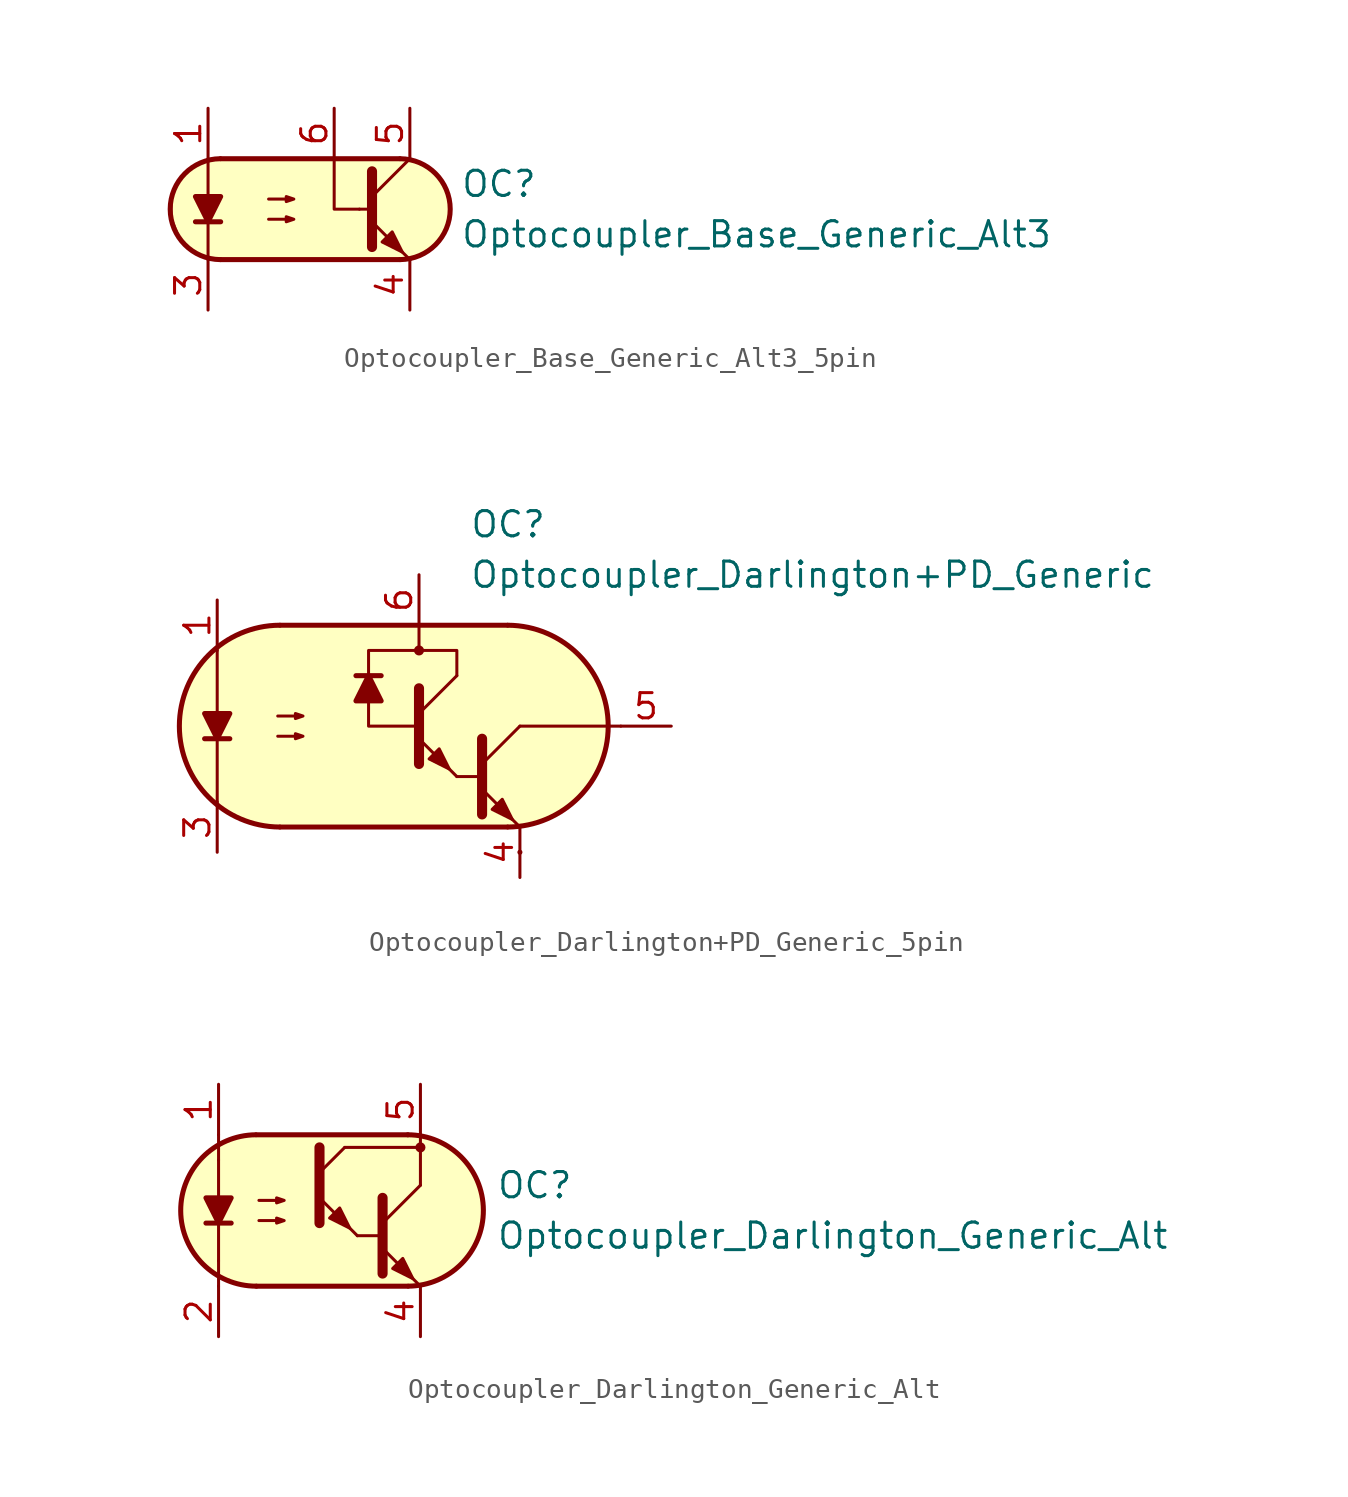
<source format=kicad_sym>
(kicad_symbol_lib
  (version 20231120)
  (generator "kicad_symbol_editor")
  (generator_version "8.0")
  (symbol "Optocoupler_Base_Generic_Alt3_5pin"
    (pin_names
      (offset 1.016))
    (property "Reference" "OC"
      (at 7.62 1.27 0)
      (effects (font (size 1.27 1.27)) (justify left)))
    (property "Value" "Optocoupler_Base_Generic_Alt3"
      (at 7.62 -1.27 0)
      (effects (font (size 1.27 1.27)) (justify left)))
    (symbol "Optocoupler_Base_Generic_Alt3_5pin_0_1"
      (arc (start -4.4675 2.54) (mid -6.9851 0) (end -4.4675 -2.54) (stroke (width 0.254) (type default)) (fill (type none)))
      (polyline (pts (xy -5.715 -0.635) (xy -4.445 -0.635)) (stroke (width 0.254) (type default)) (fill (type none)))
      (polyline (pts (xy -4.445 2.54) (xy 4.572 2.54)) (stroke (width 0.254) (type default)) (fill (type none)))
      (polyline (pts (xy 2.54 0) (xy 3.048 0)) (stroke (width 0.152) (type default)) (fill (type none)))
      (polyline (pts (xy 3.175 0.635) (xy 5.08 2.54)) (stroke (width 0) (type default)) (fill (type none)))
      (polyline (pts (xy 4.572 -2.54) (xy -4.445 -2.54)) (stroke (width 0.254) (type default)) (fill (type none)))
      (polyline (pts (xy 5.08 -2.54) (xy 3.175 -0.635)) (stroke (width 0) (type default)) (fill (type outline)))
      (polyline (pts (xy -5.08 -2.54) (xy -5.08 -1.27) (xy -5.08 2.54)) (stroke (width 0.152) (type default)) (fill (type none)))
      (polyline (pts (xy 2.54 0) (xy 1.27 0) (xy 1.27 2.54)) (stroke (width 0.152) (type default)) (fill (type none)))
      (polyline (pts (xy 3.175 1.905) (xy 3.175 -1.905) (xy 3.175 -1.905)) (stroke (width 0.508) (type default)) (fill (type none)))
      (polyline (pts (xy -5.08 -0.635) (xy -5.715 0.635) (xy -4.445 0.635) (xy -5.08 -0.635)) (stroke (width 0.254) (type default)) (fill (type outline)))
      (polyline (pts (xy -2.032 -0.508) (xy -0.762 -0.508) (xy -1.143 -0.635) (xy -1.143 -0.381) (xy -0.762 -0.508)) (stroke (width 0) (type default)) (fill (type none)))
      (polyline (pts (xy -2.032 0.508) (xy -0.762 0.508) (xy -1.143 0.381) (xy -1.143 0.635) (xy -0.762 0.508)) (stroke (width 0) (type default)) (fill (type none)))
      (polyline (pts (xy 3.683 -1.651) (xy 4.191 -1.143) (xy 4.699 -2.159) (xy 3.683 -1.651) (xy 3.683 -1.651)) (stroke (width 0) (type default)) (fill (type outline)))
      (polyline (pts (xy -3.81 2.54) (xy 4.826 2.54) (xy 5.334 2.413) (xy 5.969 2.159) (xy 6.604 1.524) (xy 6.985 0.762) (xy 7.112 0) (xy 6.985 -0.889) (xy 6.477 -1.651) (xy 5.969 -2.159) (xy 5.334 -2.413) (xy 4.699 -2.54) (xy -5.08 -2.54) (xy -5.08 -2.54) (xy -5.842 -2.032) (xy -6.35 -1.778) (xy -6.858 -0.508) (xy -6.858 0.254) (xy -6.858 1.016) (xy -6.35 1.778) (xy -5.588 2.286) (xy -4.826 2.54) (xy -3.81 2.54)) (stroke (width 0.01) (type default)) (fill (type background)))
      (arc (start 4.5945 -2.54) (mid 7.1121 0) (end 4.5945 2.54) (stroke (width 0.254) (type default)) (fill (type none))))
    (symbol "Optocoupler_Base_Generic_Alt3_5pin_1_1"
      (pin passive line (at -5.08 5.08 270) (length 2.54) (name "~" (effects (font (size 1.27 1.27)))) (number "1" (effects (font (size 1.27 1.27)))))
      (pin passive line (at -5.08 -5.08 90) (length 2.54) (name "~" (effects (font (size 1.27 1.27)))) (number "3" (effects (font (size 1.27 1.27)))))
      (pin passive line (at 5.08 -5.08 90) (length 2.54) (name "~" (effects (font (size 1.27 1.27)))) (number "4" (effects (font (size 1.27 1.27)))))
      (pin passive line (at 5.08 5.08 270) (length 2.54) (name "~" (effects (font (size 1.27 1.27)))) (number "5" (effects (font (size 1.27 1.27)))))
      (pin passive line (at 1.27 5.08 270) (length 2.54) (name "~" (effects (font (size 1.27 1.27)))) (number "6" (effects (font (size 1.27 1.27)))))))
  (symbol "Optocoupler_Darlington+PD_Generic_5pin"
    (pin_names
      (offset 1.016))
    (property "Reference" "OC"
      (at 10.16 10.16 0)
      (effects (font (size 1.27 1.27)) (justify left)))
    (property "Value" "Optocoupler_Darlington+PD_Generic"
      (at 10.16 7.62 0)
      (effects (font (size 1.27 1.27)) (justify left)))
    (symbol "Optocoupler_Darlington+PD_Generic_5pin_0_0"
      (polyline (pts (xy 10.795 -2.54) (xy 9.525 -2.54)) (stroke (width 0) (type default)) (fill (type none)))
      (rectangle (start 12.7 -6.35) (end 12.7 -6.35) (stroke (width 0.254) (type default)) (fill (type background))))
    (symbol "Optocoupler_Darlington+PD_Generic_5pin_0_1"
      (polyline (pts (xy -3.175 -0.635) (xy -1.905 -0.635)) (stroke (width 0.254) (type default)) (fill (type none)))
      (polyline (pts (xy -2.54 -3.81) (xy -2.54 3.81)) (stroke (width 0.152) (type default)) (fill (type none)))
      (polyline (pts (xy 0.635 5.08) (xy 12.065 5.08)) (stroke (width 0.254) (type default)) (fill (type none)))
      (polyline (pts (xy 7.62 3.81) (xy 7.62 5.08)) (stroke (width 0.152) (type default)) (fill (type none)))
      (polyline (pts (xy 10.795 -1.905) (xy 12.7 0)) (stroke (width 0) (type default)) (fill (type none)))
      (polyline (pts (xy 12.065 -5.08) (xy 0.635 -5.08)) (stroke (width 0.254) (type default)) (fill (type none)))
      (polyline (pts (xy 12.7 -5.08) (xy 10.795 -3.175)) (stroke (width 0) (type default)) (fill (type outline)))
      (polyline (pts (xy 12.7 0) (xy 17.78 0)) (stroke (width 0.152) (type default)) (fill (type none)))
      (polyline (pts (xy 10.795 -0.635) (xy 10.795 -4.445) (xy 10.795 -4.445)) (stroke (width 0.508) (type default)) (fill (type none)))
      (polyline (pts (xy -2.54 -0.635) (xy -3.175 0.635) (xy -1.905 0.635) (xy -2.54 -0.635)) (stroke (width 0.254) (type default)) (fill (type outline)))
      (polyline (pts (xy 0.508 -0.508) (xy 1.778 -0.508) (xy 1.397 -0.635) (xy 1.397 -0.381) (xy 1.778 -0.508)) (stroke (width 0) (type default)) (fill (type none)))
      (polyline (pts (xy 0.508 0.508) (xy 1.778 0.508) (xy 1.397 0.381) (xy 1.397 0.635) (xy 1.778 0.508)) (stroke (width 0) (type default)) (fill (type none)))
      (polyline (pts (xy 9.525 2.54) (xy 9.525 3.81) (xy 5.08 3.81) (xy 5.08 0) (xy 7.62 0)) (stroke (width 0.152) (type default)) (fill (type none)))
      (polyline (pts (xy 11.303 -4.191) (xy 11.811 -3.683) (xy 12.319 -4.699) (xy 11.303 -4.191) (xy 11.303 -4.191)) (stroke (width 0) (type default)) (fill (type outline)))
      (polyline (pts (xy 0.635 5.08) (xy -0.635 4.953) (xy -2.032 4.318) (xy -3.048 3.556) (xy -3.937 2.286) (xy -4.318 0.889) (xy -4.445 0) (xy -4.318 -1.27) (xy -3.81 -2.54) (xy -3.048 -3.429) (xy -2.159 -4.191) (xy -1.143 -4.699) (xy -0.381 -4.953) (xy 0.508 -5.08) (xy 12.319 -5.08) (xy 13.589 -4.826) (xy 14.732 -4.318) (xy 15.621 -3.683) (xy 16.51 -2.54) (xy 17.018 -1.27) (xy 17.145 0) (xy 17.018 1.27) (xy 16.637 2.286) (xy 15.875 3.429) (xy 14.986 4.191) (xy 13.716 4.826) (xy 12.573 5.08) (xy 12.065 5.08) (xy 0.635 5.08)) (stroke (width 0.01) (type default)) (fill (type background)))
      (arc (start 0.6031 5.08) (mid -4.4451 0) (end 0.6031 -5.08) (stroke (width 0.254) (type default)) (fill (type none)))
      (arc (start 12.0969 -5.08) (mid 17.1451 0) (end 12.0969 5.08) (stroke (width 0.254) (type default)) (fill (type none))))
    (symbol "Optocoupler_Darlington+PD_Generic_5pin_1_1"
      (polyline (pts (xy 5.715 2.54) (xy 4.445 2.54)) (stroke (width 0.254) (type default)) (fill (type none)))
      (polyline (pts (xy 7.62 0.635) (xy 9.525 2.54)) (stroke (width 0) (type default)) (fill (type none)))
      (polyline (pts (xy 9.525 -2.54) (xy 7.62 -0.635)) (stroke (width 0) (type default)) (fill (type outline)))
      (polyline (pts (xy 7.62 1.905) (xy 7.62 -1.905) (xy 7.62 -1.905)) (stroke (width 0.508) (type default)) (fill (type none)))
      (polyline (pts (xy 5.08 2.54) (xy 5.715 1.27) (xy 4.445 1.27) (xy 5.08 2.54)) (stroke (width 0.254) (type default)) (fill (type outline)))
      (polyline (pts (xy 8.128 -1.651) (xy 8.636 -1.143) (xy 9.144 -2.159) (xy 8.128 -1.651) (xy 8.128 -1.651)) (stroke (width 0) (type default)) (fill (type outline)))
      (circle (center 7.62 3.81) (radius 0.178) (stroke (width 0) (type default)) (fill (type outline)))
      (pin passive line (at -2.54 6.35 270) (length 2.54) (name "~" (effects (font (size 1.27 1.27)))) (number "1" (effects (font (size 1.27 1.27)))))
      (pin passive line (at -2.54 -6.35 90) (length 2.54) (name "~" (effects (font (size 1.27 1.27)))) (number "3" (effects (font (size 1.27 1.27)))))
      (pin passive line (at 12.7 -7.62 90) (length 2.54) (name "~" (effects (font (size 1.27 1.27)))) (number "4" (effects (font (size 1.27 1.27)))))
      (pin passive line (at 20.32 0 180) (length 2.54) (name "~" (effects (font (size 1.27 1.27)))) (number "5" (effects (font (size 1.27 1.27)))))
      (pin passive line (at 7.62 7.62 270) (length 2.54) (name "~" (effects (font (size 1.27 1.27)))) (number "6" (effects (font (size 1.27 1.27)))))))
  (symbol "Optocoupler_Darlington_Generic_Alt"
    (pin_names
      (offset 1.016))
    (property "Reference" "OC"
      (at 8.89 1.27 0)
      (effects (font (size 1.27 1.27)) (justify left)))
    (property "Value" "Optocoupler_Darlington_Generic_Alt"
      (at 8.89 -1.27 0)
      (effects (font (size 1.27 1.27)) (justify left)))
    (symbol "Optocoupler_Darlington_Generic_Alt_0_1"
      (arc (start -3.2135 3.8099) (mid -6.9851 -0.016) (end -3.1816 -3.8101) (stroke (width 0.254) (type default)) (fill (type none)))
      (polyline (pts (xy -5.08 -2.54) (xy -5.08 -3.81)) (stroke (width 0.152) (type default)) (fill (type none)))
      (polyline (pts (xy -5.08 -2.54) (xy -5.08 2.54)) (stroke (width 0.152) (type default)) (fill (type none)))
      (polyline (pts (xy -5.08 2.54) (xy -5.08 3.81)) (stroke (width 0.152) (type default)) (fill (type none)))
      (polyline (pts (xy -3.175 -3.81) (xy 4.445 -3.81)) (stroke (width 0.254) (type default)) (fill (type none)))
      (polyline (pts (xy 1.27 3.175) (xy 5.08 3.175)) (stroke (width 0.152) (type default)) (fill (type none)))
      (polyline (pts (xy 1.905 -1.27) (xy 3.175 -1.27)) (stroke (width 0) (type default)) (fill (type none)))
      (polyline (pts (xy 3.175 -0.635) (xy 5.08 1.27)) (stroke (width 0) (type default)) (fill (type none)))
      (polyline (pts (xy 4.445 3.81) (xy -3.175 3.81)) (stroke (width 0.254) (type default)) (fill (type none)))
      (polyline (pts (xy 5.08 -3.81) (xy 3.175 -1.905)) (stroke (width 0) (type default)) (fill (type outline)))
      (polyline (pts (xy 5.08 1.27) (xy 5.08 3.81)) (stroke (width 0.152) (type default)) (fill (type none)))
      (polyline (pts (xy 3.175 0.635) (xy 3.175 -3.175) (xy 3.175 -3.175)) (stroke (width 0.508) (type default)) (fill (type none)))
      (polyline (pts (xy -3.048 -0.508) (xy -1.778 -0.508) (xy -2.159 -0.635) (xy -2.159 -0.381) (xy -1.778 -0.508)) (stroke (width 0) (type default)) (fill (type none)))
      (polyline (pts (xy -3.048 0.508) (xy -1.778 0.508) (xy -2.159 0.381) (xy -2.159 0.635) (xy -1.778 0.508)) (stroke (width 0) (type default)) (fill (type none)))
      (polyline (pts (xy 3.683 -2.921) (xy 4.191 -2.413) (xy 4.699 -3.429) (xy 3.683 -2.921) (xy 3.683 -2.921)) (stroke (width 0) (type default)) (fill (type outline)))
      (polyline (pts (xy 4.445 3.81) (xy -2.921 3.81) (xy -3.302 3.81) (xy -3.556 3.81) (xy -4.191 3.683) (xy -4.826 3.429) (xy -5.334 3.175) (xy -6.223 2.286) (xy -6.858 1.016) (xy -6.985 -0.127) (xy -6.731 -1.27) (xy -6.096 -2.413) (xy -5.08 -3.302) (xy -3.556 -3.81) (xy 4.826 -3.81) (xy 5.842 -3.556) (xy 6.858 -2.921) (xy 7.62 -2.159) (xy 8.001 -1.397) (xy 8.255 -0.127) (xy 8.128 0.889) (xy 7.874 1.651) (xy 7.493 2.286) (xy 6.985 2.794) (xy 6.35 3.302) (xy 5.461 3.683) (xy 4.445 3.81)) (stroke (width 0.01) (type default)) (fill (type background)))
      (arc (start 4.4769 -3.81) (mid 8.2485 0.0159) (end 4.445 3.81) (stroke (width 0.254) (type default)) (fill (type none))))
    (symbol "Optocoupler_Darlington_Generic_Alt_1_1"
      (polyline (pts (xy -5.715 -0.635) (xy -4.445 -0.635)) (stroke (width 0.254) (type default)) (fill (type none)))
      (polyline (pts (xy 0 1.905) (xy 1.27 3.175)) (stroke (width 0) (type default)) (fill (type none)))
      (polyline (pts (xy 1.905 -1.27) (xy 0 0.635)) (stroke (width 0) (type default)) (fill (type outline)))
      (polyline (pts (xy 0 3.175) (xy 0 -0.635) (xy 0 -0.635)) (stroke (width 0.508) (type default)) (fill (type none)))
      (polyline (pts (xy -5.08 -0.635) (xy -5.715 0.635) (xy -4.445 0.635) (xy -5.08 -0.635)) (stroke (width 0.254) (type default)) (fill (type outline)))
      (polyline (pts (xy 0.508 -0.381) (xy 1.016 0.127) (xy 1.524 -0.889) (xy 0.508 -0.381) (xy 0.508 -0.381)) (stroke (width 0) (type default)) (fill (type outline)))
      (circle (center 5.08 3.175) (radius 0.178) (stroke (width 0) (type default)) (fill (type outline)))
      (pin passive line (at -5.08 6.35 270) (length 2.54) (name "~" (effects (font (size 1.27 1.27)))) (number "1" (effects (font (size 1.27 1.27)))))
      (pin passive line (at -5.08 -6.35 90) (length 2.54) (name "~" (effects (font (size 1.27 1.27)))) (number "2" (effects (font (size 1.27 1.27)))))
      (pin free line (at -2.54 1.27 0) (length 2.54) hide (name "NC" (effects (font (size 1.27 1.27)))) (number "3" (effects (font (size 1.27 1.27)))))
      (pin passive line (at 5.08 -6.35 90) (length 2.54) (name "~" (effects (font (size 1.27 1.27)))) (number "4" (effects (font (size 1.27 1.27)))))
      (pin passive line (at 5.08 6.35 270) (length 2.54) (name "~" (effects (font (size 1.27 1.27)))) (number "5" (effects (font (size 1.27 1.27)))))
      (pin free line (at -2.54 -2.54 0) (length 2.54) hide (name "NC" (effects (font (size 1.27 1.27)))) (number "6" (effects (font (size 1.27 1.27))))))))
</source>
